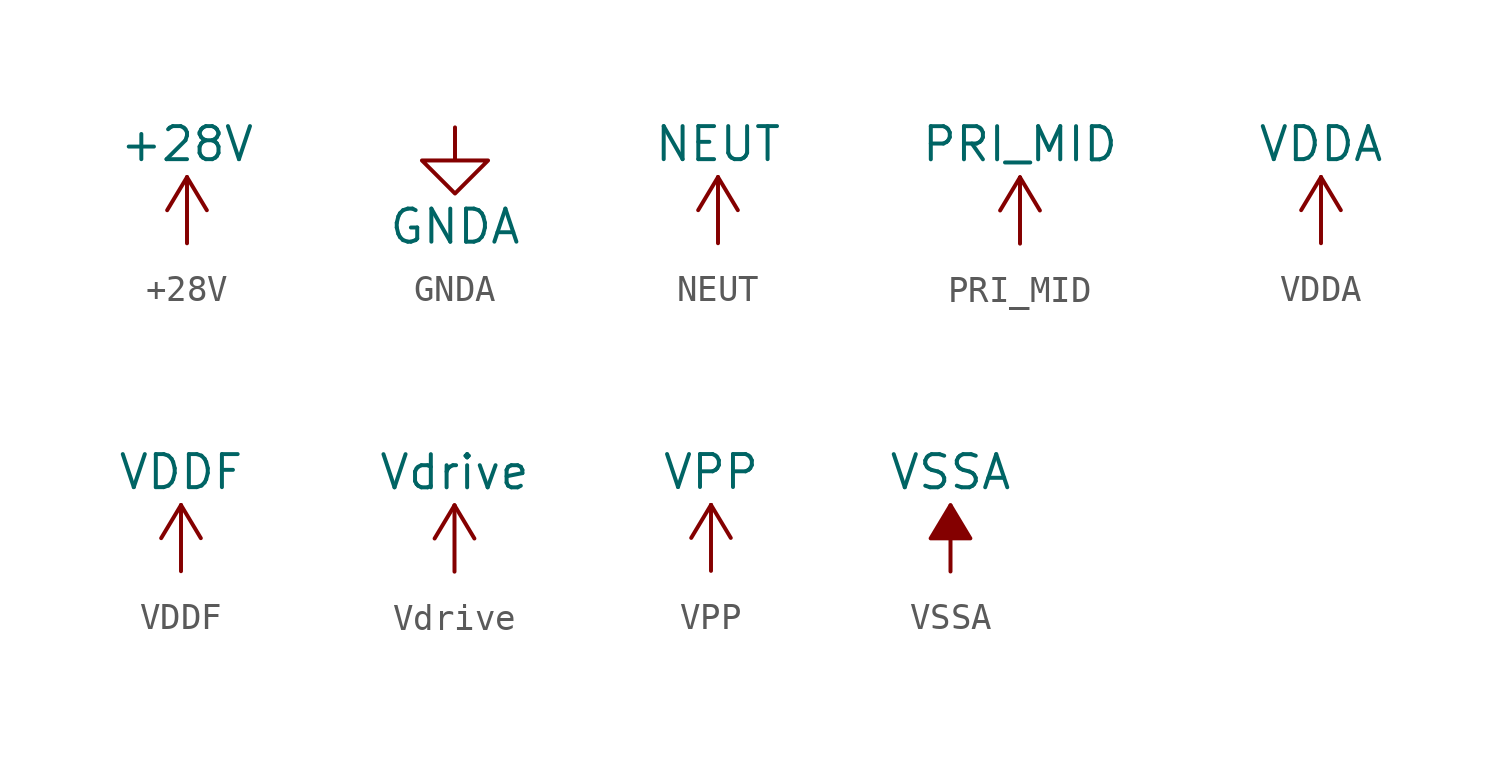
<source format=kicad_sym>
(kicad_symbol_lib
  (version 20211014)
  (generator kicad_symbol_editor)
  (symbol "+28V"
    (power)
    (pin_names
      (offset 0))
    (property "Reference" "#PWR"
      (at 0 -3.81 0)
      (effects (font (size 1.27 1.27)) hide))
    (property "Value" "+28V"
      (at 0 3.81 0)
      (effects (font (size 1.27 1.27))))
    (symbol "+28V_0_1"
      (polyline (pts (xy -0.762 1.27) (xy 0 2.54)) (stroke (width 0) (type default) (color 0 0 0 0)) (fill (type none)))
      (polyline (pts (xy 0 0) (xy 0 2.54)) (stroke (width 0) (type default) (color 0 0 0 0)) (fill (type none)))
      (polyline (pts (xy 0 2.54) (xy 0.762 1.27)) (stroke (width 0) (type default) (color 0 0 0 0)) (fill (type none))))
    (symbol "+28V_1_1"
      (pin power_in line (at 0 0 90) (length 0) hide (name "+28V" (effects (font (size 1.27 1.27)))) (number "1" (effects (font (size 1.27 1.27)))))))
  (symbol "GNDA"
    (power)
    (pin_names
      (offset 0))
    (property "Reference" "#PWR"
      (at 0 -6.35 0)
      (effects (font (size 1.27 1.27)) hide))
    (property "Value" "GNDA"
      (at 0 -3.81 0)
      (effects (font (size 1.27 1.27))))
    (symbol "GNDA_0_1"
      (polyline (pts (xy 0 0) (xy 0 -1.27) (xy 1.27 -1.27) (xy 0 -2.54) (xy -1.27 -1.27) (xy 0 -1.27)) (stroke (width 0) (type default) (color 0 0 0 0)) (fill (type none))))
    (symbol "GNDA_1_1"
      (pin power_in line (at 0 0 270) (length 0) hide (name "GNDA" (effects (font (size 1.27 1.27)))) (number "1" (effects (font (size 1.27 1.27)))))))
  (symbol "NEUT"
    (power)
    (pin_names
      (offset 0))
    (property "Reference" "#PWR"
      (at 0 -3.81 0)
      (effects (font (size 1.27 1.27)) hide))
    (property "Value" "NEUT"
      (at 0 3.81 0)
      (effects (font (size 1.27 1.27))))
    (symbol "NEUT_0_1"
      (polyline (pts (xy -0.762 1.27) (xy 0 2.54)) (stroke (width 0) (type default) (color 0 0 0 0)) (fill (type none)))
      (polyline (pts (xy 0 0) (xy 0 2.54)) (stroke (width 0) (type default) (color 0 0 0 0)) (fill (type none)))
      (polyline (pts (xy 0 2.54) (xy 0.762 1.27)) (stroke (width 0) (type default) (color 0 0 0 0)) (fill (type none))))
    (symbol "NEUT_1_1"
      (pin power_in line (at 0 0 90) (length 0) hide (name "NEUT" (effects (font (size 1.27 1.27)))) (number "1" (effects (font (size 1.27 1.27)))))))
  (symbol "PRI_MID"
    (power)
    (pin_names
      (offset 0))
    (property "Reference" "#PWR"
      (at 0 -3.81 0)
      (effects (font (size 1.27 1.27)) hide))
    (property "Value" "PRI_MID"
      (at 0 3.81 0)
      (effects (font (size 1.27 1.27))))
    (symbol "PRI_MID_0_1"
      (polyline (pts (xy -0.762 1.27) (xy 0 2.54)) (stroke (width 0) (type default) (color 0 0 0 0)) (fill (type none)))
      (polyline (pts (xy 0 0) (xy 0 2.54)) (stroke (width 0) (type default) (color 0 0 0 0)) (fill (type none)))
      (polyline (pts (xy 0 2.54) (xy 0.762 1.27)) (stroke (width 0) (type default) (color 0 0 0 0)) (fill (type none))))
    (symbol "PRI_MID_1_1"
      (pin power_in line (at 0 0 90) (length 0) hide (name "PRI_MID" (effects (font (size 1.27 1.27)))) (number "1" (effects (font (size 1.27 1.27)))))))
  (symbol "VDDA"
    (power)
    (pin_names
      (offset 0))
    (property "Reference" "#PWR"
      (at 0 -3.81 0)
      (effects (font (size 1.27 1.27)) hide))
    (property "Value" "VDDA"
      (at 0 3.81 0)
      (effects (font (size 1.27 1.27))))
    (symbol "VDDA_0_1"
      (polyline (pts (xy -0.762 1.27) (xy 0 2.54)) (stroke (width 0) (type default) (color 0 0 0 0)) (fill (type none)))
      (polyline (pts (xy 0 0) (xy 0 2.54)) (stroke (width 0) (type default) (color 0 0 0 0)) (fill (type none)))
      (polyline (pts (xy 0 2.54) (xy 0.762 1.27)) (stroke (width 0) (type default) (color 0 0 0 0)) (fill (type none))))
    (symbol "VDDA_1_1"
      (pin power_in line (at 0 0 90) (length 0) hide (name "VDDA" (effects (font (size 1.27 1.27)))) (number "1" (effects (font (size 1.27 1.27)))))))
  (symbol "VDDF"
    (power)
    (pin_names
      (offset 0))
    (property "Reference" "#PWR"
      (at 0 -3.81 0)
      (effects (font (size 1.27 1.27)) hide))
    (property "Value" "VDDF"
      (at 0 3.81 0)
      (effects (font (size 1.27 1.27))))
    (symbol "VDDF_0_1"
      (polyline (pts (xy -0.762 1.27) (xy 0 2.54)) (stroke (width 0) (type default) (color 0 0 0 0)) (fill (type none)))
      (polyline (pts (xy 0 0) (xy 0 2.54)) (stroke (width 0) (type default) (color 0 0 0 0)) (fill (type none)))
      (polyline (pts (xy 0 2.54) (xy 0.762 1.27)) (stroke (width 0) (type default) (color 0 0 0 0)) (fill (type none))))
    (symbol "VDDF_1_1"
      (pin power_in line (at 0 0 90) (length 0) hide (name "VDDF" (effects (font (size 1.27 1.27)))) (number "1" (effects (font (size 1.27 1.27)))))))
  (symbol "Vdrive"
    (power)
    (pin_names
      (offset 0))
    (property "Reference" "#PWR"
      (at -5.08 -3.81 0)
      (effects (font (size 1.27 1.27)) hide))
    (property "Value" "Vdrive"
      (at 0 3.81 0)
      (effects (font (size 1.27 1.27))))
    (symbol "Vdrive_0_1"
      (polyline (pts (xy -0.762 1.27) (xy 0 2.54)) (stroke (width 0) (type default) (color 0 0 0 0)) (fill (type none)))
      (polyline (pts (xy 0 0) (xy 0 2.54)) (stroke (width 0) (type default) (color 0 0 0 0)) (fill (type none)))
      (polyline (pts (xy 0 2.54) (xy 0.762 1.27)) (stroke (width 0) (type default) (color 0 0 0 0)) (fill (type none))))
    (symbol "Vdrive_1_1"
      (pin power_in line (at 0 0 90) (length 0) hide (name "Vdrive" (effects (font (size 1.27 1.27)))) (number "1" (effects (font (size 1.27 1.27)))))))
  (symbol "VPP"
    (power)
    (pin_names
      (offset 0))
    (property "Reference" "#PWR"
      (at 0 -3.81 0)
      (effects (font (size 1.27 1.27)) hide))
    (property "Value" "VPP"
      (at 0 3.81 0)
      (effects (font (size 1.27 1.27))))
    (symbol "VPP_0_1"
      (polyline (pts (xy -0.762 1.27) (xy 0 2.54)) (stroke (width 0) (type default) (color 0 0 0 0)) (fill (type none)))
      (polyline (pts (xy 0 0) (xy 0 2.54)) (stroke (width 0) (type default) (color 0 0 0 0)) (fill (type none)))
      (polyline (pts (xy 0 2.54) (xy 0.762 1.27)) (stroke (width 0) (type default) (color 0 0 0 0)) (fill (type none))))
    (symbol "VPP_1_1"
      (pin power_in line (at 0 0 90) (length 0) hide (name "VPP" (effects (font (size 1.27 1.27)))) (number "1" (effects (font (size 1.27 1.27)))))))
  (symbol "VSSA"
    (power)
    (pin_names
      (offset 0))
    (property "Reference" "#PWR"
      (at 0 -3.81 0)
      (effects (font (size 1.27 1.27)) hide))
    (property "Value" "VSSA"
      (at 0 3.81 0)
      (effects (font (size 1.27 1.27))))
    (symbol "VSSA_0_1"
      (polyline (pts (xy 0 0) (xy 0 2.54)) (stroke (width 0) (type default) (color 0 0 0 0)) (fill (type none)))
      (polyline (pts (xy 0.762 1.27) (xy -0.762 1.27) (xy 0 2.54) (xy 0.762 1.27)) (stroke (width 0) (type default) (color 0 0 0 0)) (fill (type outline))))
    (symbol "VSSA_1_1"
      (pin power_in line (at 0 0 90) (length 0) hide (name "VSSA" (effects (font (size 1.27 1.27)))) (number "1" (effects (font (size 1.27 1.27))))))))
</source>
